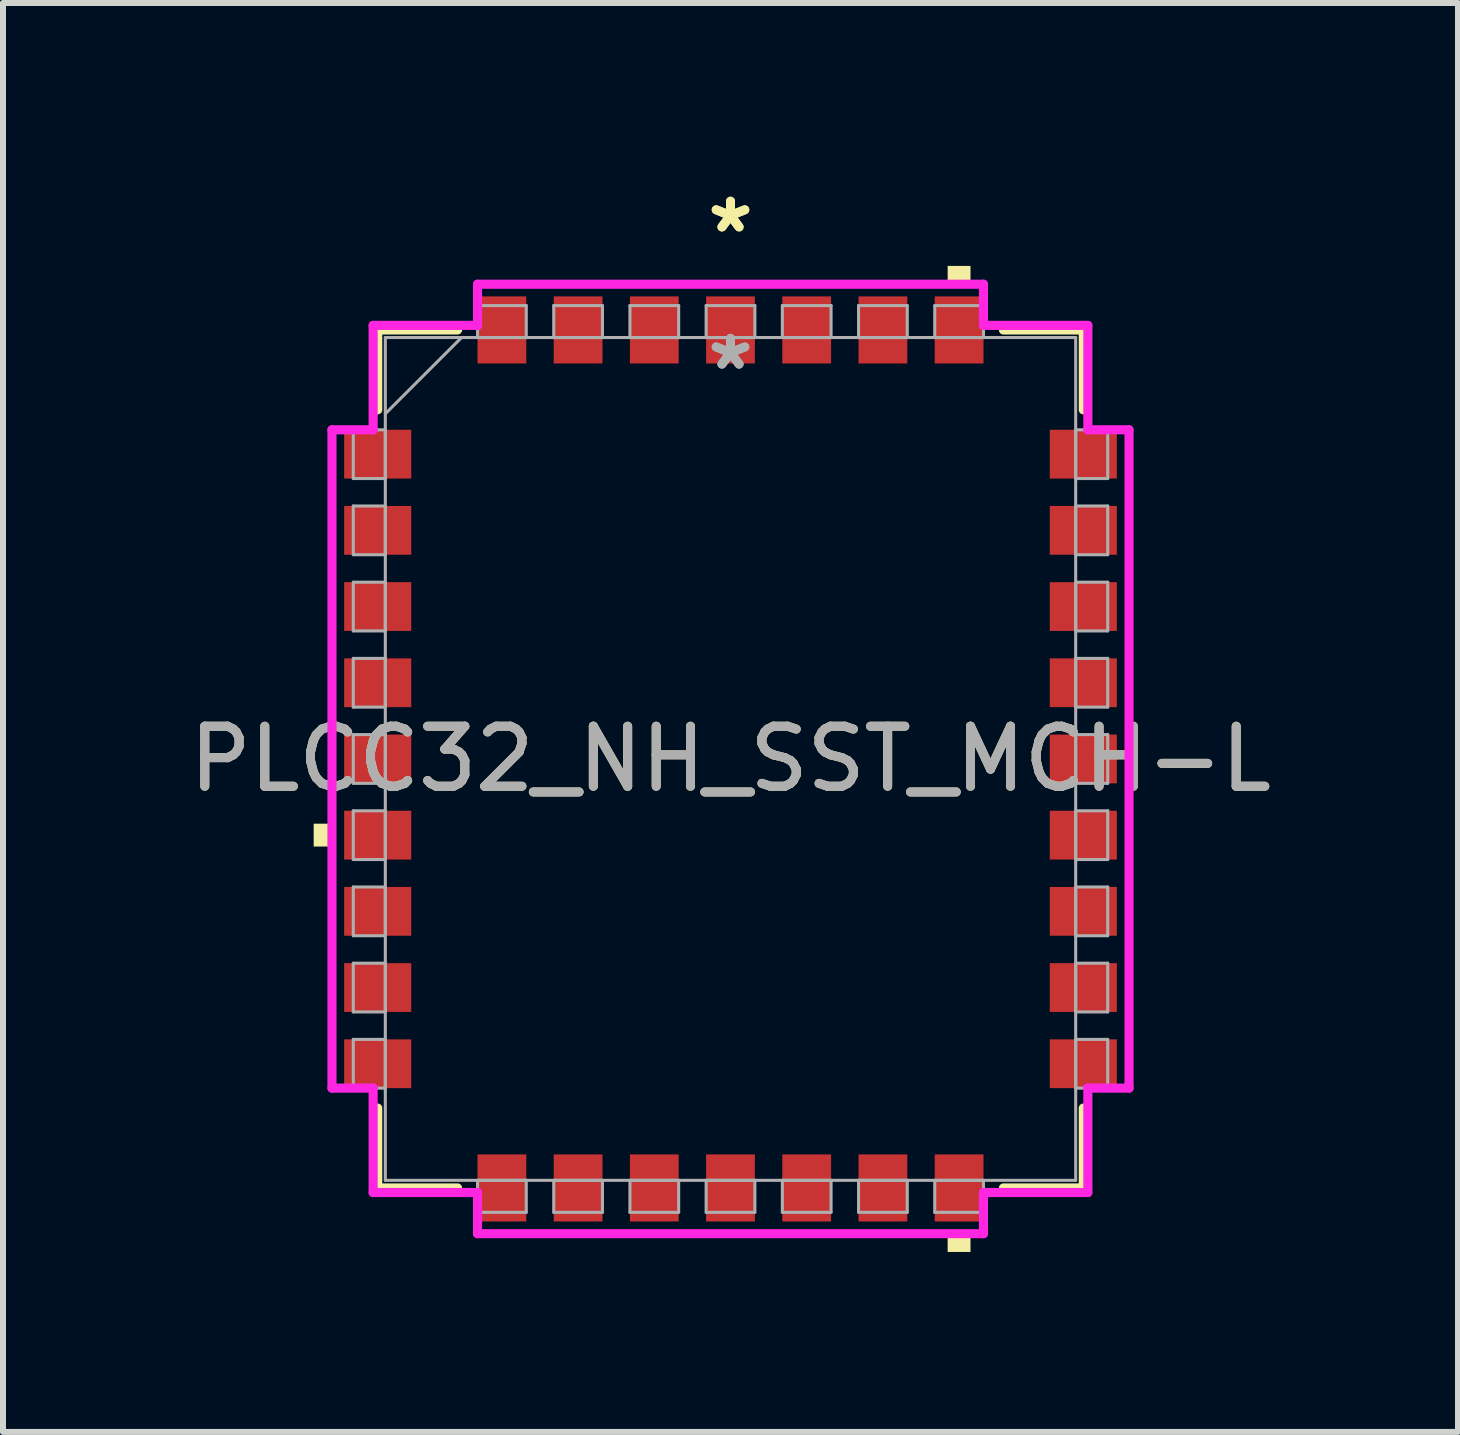
<source format=kicad_pcb>
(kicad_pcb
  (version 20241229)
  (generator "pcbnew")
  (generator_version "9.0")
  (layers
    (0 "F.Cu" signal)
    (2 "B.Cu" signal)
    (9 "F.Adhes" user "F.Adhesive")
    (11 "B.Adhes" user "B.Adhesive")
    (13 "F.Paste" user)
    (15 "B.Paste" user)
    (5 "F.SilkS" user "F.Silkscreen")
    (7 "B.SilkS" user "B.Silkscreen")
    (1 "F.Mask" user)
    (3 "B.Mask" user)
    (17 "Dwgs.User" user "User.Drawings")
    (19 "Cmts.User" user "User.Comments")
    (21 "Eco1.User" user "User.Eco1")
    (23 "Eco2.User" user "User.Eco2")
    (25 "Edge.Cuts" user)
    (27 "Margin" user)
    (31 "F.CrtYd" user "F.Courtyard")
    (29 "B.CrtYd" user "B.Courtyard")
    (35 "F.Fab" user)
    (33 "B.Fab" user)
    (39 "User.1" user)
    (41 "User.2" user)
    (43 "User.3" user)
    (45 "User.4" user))
  (footprint "PLCC32_NH_SST_MCH-L"
    (layer "F.Cu")
    (at 9.125 9.599)
    (property "Reference" "PLCC32_NH_SST_MCH-L" (at 0 0 0) (unlocked yes) (layer "F.SilkS") (effects (font (size 1 1) (thickness 0.15))))
    (attr smd)
    (fp_line (start -5.88 -7.15) (end -5.88 -5.819) (stroke (width 0.152) (type solid)) (layer "F.SilkS"))
    (fp_line (start -5.88 5.819) (end -5.88 7.15) (stroke (width 0.152) (type solid)) (layer "F.SilkS"))
    (fp_line (start -5.88 7.15) (end -4.549 7.15) (stroke (width 0.152) (type solid)) (layer "F.SilkS"))
    (fp_line (start -4.549 -7.15) (end -5.88 -7.15) (stroke (width 0.152) (type solid)) (layer "F.SilkS"))
    (fp_line (start 4.549 7.15) (end 5.88 7.15) (stroke (width 0.152) (type solid)) (layer "F.SilkS"))
    (fp_line (start 5.88 -7.15) (end 4.549 -7.15) (stroke (width 0.152) (type solid)) (layer "F.SilkS"))
    (fp_line (start 5.88 -5.819) (end 5.88 -7.15) (stroke (width 0.152) (type solid)) (layer "F.SilkS"))
    (fp_line (start 5.88 7.15) (end 5.88 5.819) (stroke (width 0.152) (type solid)) (layer "F.SilkS"))
    (fp_poly (pts (xy -6.947 1.079) (xy -6.947 1.46) (xy -6.693 1.46) (xy -6.693 1.079)) (stroke (width 0) (type solid)) (fill yes) (layer "F.SilkS"))
    (fp_poly (pts (xy 3.619 -7.963) (xy 3.619 -8.217) (xy 4 -8.217) (xy 4 -7.963)) (stroke (width 0) (type solid)) (fill yes) (layer "F.SilkS"))
    (fp_poly (pts (xy 3.619 7.963) (xy 3.619 8.217) (xy 4 8.217) (xy 4 7.963)) (stroke (width 0) (type solid)) (fill yes) (layer "F.SilkS"))
    (fp_line (start -6.642 -5.486) (end -5.956 -5.486) (stroke (width 0.152) (type solid)) (layer "F.CrtYd"))
    (fp_line (start -6.642 5.486) (end -6.642 -5.486) (stroke (width 0.152) (type solid)) (layer "F.CrtYd"))
    (fp_line (start -6.642 5.486) (end -5.956 5.486) (stroke (width 0.152) (type solid)) (layer "F.CrtYd"))
    (fp_line (start -5.956 -7.226) (end -4.216 -7.226) (stroke (width 0.152) (type solid)) (layer "F.CrtYd"))
    (fp_line (start -5.956 -5.486) (end -5.956 -7.226) (stroke (width 0.152) (type solid)) (layer "F.CrtYd"))
    (fp_line (start -5.956 7.226) (end -5.956 5.486) (stroke (width 0.152) (type solid)) (layer "F.CrtYd"))
    (fp_line (start -4.216 -7.912) (end 4.216 -7.912) (stroke (width 0.152) (type solid)) (layer "F.CrtYd"))
    (fp_line (start -4.216 -7.226) (end -4.216 -7.912) (stroke (width 0.152) (type solid)) (layer "F.CrtYd"))
    (fp_line (start -4.216 7.226) (end -5.956 7.226) (stroke (width 0.152) (type solid)) (layer "F.CrtYd"))
    (fp_line (start -4.216 7.912) (end -4.216 7.226) (stroke (width 0.152) (type solid)) (layer "F.CrtYd"))
    (fp_line (start 4.216 -7.912) (end 4.216 -7.226) (stroke (width 0.152) (type solid)) (layer "F.CrtYd"))
    (fp_line (start 4.216 -7.226) (end 5.956 -7.226) (stroke (width 0.152) (type solid)) (layer "F.CrtYd"))
    (fp_line (start 4.216 7.226) (end 4.216 7.912) (stroke (width 0.152) (type solid)) (layer "F.CrtYd"))
    (fp_line (start 4.216 7.912) (end -4.216 7.912) (stroke (width 0.152) (type solid)) (layer "F.CrtYd"))
    (fp_line (start 5.956 -7.226) (end 5.956 -5.486) (stroke (width 0.152) (type solid)) (layer "F.CrtYd"))
    (fp_line (start 5.956 -5.486) (end 6.642 -5.486) (stroke (width 0.152) (type solid)) (layer "F.CrtYd"))
    (fp_line (start 5.956 5.486) (end 5.956 7.226) (stroke (width 0.152) (type solid)) (layer "F.CrtYd"))
    (fp_line (start 5.956 7.226) (end 4.216 7.226) (stroke (width 0.152) (type solid)) (layer "F.CrtYd"))
    (fp_line (start 6.642 -5.486) (end 6.642 5.486) (stroke (width 0.152) (type solid)) (layer "F.CrtYd"))
    (fp_line (start 6.642 5.486) (end 5.956 5.486) (stroke (width 0.152) (type solid)) (layer "F.CrtYd"))
    (fp_line (start -6.287 -5.486) (end -6.287 -4.674) (stroke (width 0.051) (type solid)) (layer "F.Fab"))
    (fp_line (start -6.287 -4.674) (end -5.753 -4.674) (stroke (width 0.051) (type solid)) (layer "F.Fab"))
    (fp_line (start -6.287 -4.216) (end -6.287 -3.404) (stroke (width 0.051) (type solid)) (layer "F.Fab"))
    (fp_line (start -6.287 -3.404) (end -5.753 -3.404) (stroke (width 0.051) (type solid)) (layer "F.Fab"))
    (fp_line (start -6.287 -2.946) (end -6.287 -2.134) (stroke (width 0.051) (type solid)) (layer "F.Fab"))
    (fp_line (start -6.287 -2.134) (end -5.753 -2.134) (stroke (width 0.051) (type solid)) (layer "F.Fab"))
    (fp_line (start -6.287 -1.676) (end -6.287 -0.864) (stroke (width 0.051) (type solid)) (layer "F.Fab"))
    (fp_line (start -6.287 -0.864) (end -5.753 -0.864) (stroke (width 0.051) (type solid)) (layer "F.Fab"))
    (fp_line (start -6.287 -0.406) (end -6.287 0.406) (stroke (width 0.051) (type solid)) (layer "F.Fab"))
    (fp_line (start -6.287 0.406) (end -5.753 0.406) (stroke (width 0.051) (type solid)) (layer "F.Fab"))
    (fp_line (start -6.287 0.864) (end -6.287 1.676) (stroke (width 0.051) (type solid)) (layer "F.Fab"))
    (fp_line (start -6.287 1.676) (end -5.753 1.676) (stroke (width 0.051) (type solid)) (layer "F.Fab"))
    (fp_line (start -6.287 2.134) (end -6.287 2.946) (stroke (width 0.051) (type solid)) (layer "F.Fab"))
    (fp_line (start -6.287 2.946) (end -5.753 2.946) (stroke (width 0.051) (type solid)) (layer "F.Fab"))
    (fp_line (start -6.287 3.404) (end -6.287 4.216) (stroke (width 0.051) (type solid)) (layer "F.Fab"))
    (fp_line (start -6.287 4.216) (end -5.753 4.216) (stroke (width 0.051) (type solid)) (layer "F.Fab"))
    (fp_line (start -6.287 4.674) (end -6.287 5.486) (stroke (width 0.051) (type solid)) (layer "F.Fab"))
    (fp_line (start -6.287 5.486) (end -5.753 5.486) (stroke (width 0.051) (type solid)) (layer "F.Fab"))
    (fp_line (start -5.753 -7.023) (end -5.753 7.023) (stroke (width 0.051) (type solid)) (layer "F.Fab"))
    (fp_line (start -5.753 -5.753) (end -4.483 -7.023) (stroke (width 0.051) (type solid)) (layer "F.Fab"))
    (fp_line (start -5.753 -5.486) (end -6.287 -5.486) (stroke (width 0.051) (type solid)) (layer "F.Fab"))
    (fp_line (start -5.753 -4.674) (end -5.753 -5.486) (stroke (width 0.051) (type solid)) (layer "F.Fab"))
    (fp_line (start -5.753 -4.216) (end -6.287 -4.216) (stroke (width 0.051) (type solid)) (layer "F.Fab"))
    (fp_line (start -5.753 -3.404) (end -5.753 -4.216) (stroke (width 0.051) (type solid)) (layer "F.Fab"))
    (fp_line (start -5.753 -2.946) (end -6.287 -2.946) (stroke (width 0.051) (type solid)) (layer "F.Fab"))
    (fp_line (start -5.753 -2.134) (end -5.753 -2.946) (stroke (width 0.051) (type solid)) (layer "F.Fab"))
    (fp_line (start -5.753 -1.676) (end -6.287 -1.676) (stroke (width 0.051) (type solid)) (layer "F.Fab"))
    (fp_line (start -5.753 -0.864) (end -5.753 -1.676) (stroke (width 0.051) (type solid)) (layer "F.Fab"))
    (fp_line (start -5.753 -0.406) (end -6.287 -0.406) (stroke (width 0.051) (type solid)) (layer "F.Fab"))
    (fp_line (start -5.753 0.406) (end -5.753 -0.406) (stroke (width 0.051) (type solid)) (layer "F.Fab"))
    (fp_line (start -5.753 0.864) (end -6.287 0.864) (stroke (width 0.051) (type solid)) (layer "F.Fab"))
    (fp_line (start -5.753 1.676) (end -5.753 0.864) (stroke (width 0.051) (type solid)) (layer "F.Fab"))
    (fp_line (start -5.753 2.134) (end -6.287 2.134) (stroke (width 0.051) (type solid)) (layer "F.Fab"))
    (fp_line (start -5.753 2.946) (end -5.753 2.134) (stroke (width 0.051) (type solid)) (layer "F.Fab"))
    (fp_line (start -5.753 3.404) (end -6.287 3.404) (stroke (width 0.051) (type solid)) (layer "F.Fab"))
    (fp_line (start -5.753 4.216) (end -5.753 3.404) (stroke (width 0.051) (type solid)) (layer "F.Fab"))
    (fp_line (start -5.753 4.674) (end -6.287 4.674) (stroke (width 0.051) (type solid)) (layer "F.Fab"))
    (fp_line (start -5.753 5.486) (end -5.753 4.674) (stroke (width 0.051) (type solid)) (layer "F.Fab"))
    (fp_line (start -5.753 7.023) (end 5.753 7.023) (stroke (width 0.051) (type solid)) (layer "F.Fab"))
    (fp_line (start -4.216 -7.556) (end -4.216 -7.023) (stroke (width 0.051) (type solid)) (layer "F.Fab"))
    (fp_line (start -4.216 -7.023) (end -3.404 -7.023) (stroke (width 0.051) (type solid)) (layer "F.Fab"))
    (fp_line (start -4.216 7.023) (end -4.216 7.556) (stroke (width 0.051) (type solid)) (layer "F.Fab"))
    (fp_line (start -4.216 7.556) (end -3.404 7.556) (stroke (width 0.051) (type solid)) (layer "F.Fab"))
    (fp_line (start -3.404 -7.556) (end -4.216 -7.556) (stroke (width 0.051) (type solid)) (layer "F.Fab"))
    (fp_line (start -3.404 -7.023) (end -3.404 -7.556) (stroke (width 0.051) (type solid)) (layer "F.Fab"))
    (fp_line (start -3.404 7.023) (end -4.216 7.023) (stroke (width 0.051) (type solid)) (layer "F.Fab"))
    (fp_line (start -3.404 7.556) (end -3.404 7.023) (stroke (width 0.051) (type solid)) (layer "F.Fab"))
    (fp_line (start -2.946 -7.556) (end -2.946 -7.023) (stroke (width 0.051) (type solid)) (layer "F.Fab"))
    (fp_line (start -2.946 -7.023) (end -2.134 -7.023) (stroke (width 0.051) (type solid)) (layer "F.Fab"))
    (fp_line (start -2.946 7.023) (end -2.946 7.556) (stroke (width 0.051) (type solid)) (layer "F.Fab"))
    (fp_line (start -2.946 7.556) (end -2.134 7.556) (stroke (width 0.051) (type solid)) (layer "F.Fab"))
    (fp_line (start -2.134 -7.556) (end -2.946 -7.556) (stroke (width 0.051) (type solid)) (layer "F.Fab"))
    (fp_line (start -2.134 -7.023) (end -2.134 -7.556) (stroke (width 0.051) (type solid)) (layer "F.Fab"))
    (fp_line (start -2.134 7.023) (end -2.946 7.023) (stroke (width 0.051) (type solid)) (layer "F.Fab"))
    (fp_line (start -2.134 7.556) (end -2.134 7.023) (stroke (width 0.051) (type solid)) (layer "F.Fab"))
    (fp_line (start -1.676 -7.556) (end -1.676 -7.023) (stroke (width 0.051) (type solid)) (layer "F.Fab"))
    (fp_line (start -1.676 -7.023) (end -0.864 -7.023) (stroke (width 0.051) (type solid)) (layer "F.Fab"))
    (fp_line (start -1.676 7.023) (end -1.676 7.556) (stroke (width 0.051) (type solid)) (layer "F.Fab"))
    (fp_line (start -1.676 7.556) (end -0.864 7.556) (stroke (width 0.051) (type solid)) (layer "F.Fab"))
    (fp_line (start -0.864 -7.556) (end -1.676 -7.556) (stroke (width 0.051) (type solid)) (layer "F.Fab"))
    (fp_line (start -0.864 -7.023) (end -0.864 -7.556) (stroke (width 0.051) (type solid)) (layer "F.Fab"))
    (fp_line (start -0.864 7.023) (end -1.676 7.023) (stroke (width 0.051) (type solid)) (layer "F.Fab"))
    (fp_line (start -0.864 7.556) (end -0.864 7.023) (stroke (width 0.051) (type solid)) (layer "F.Fab"))
    (fp_line (start -0.406 -7.556) (end -0.406 -7.023) (stroke (width 0.051) (type solid)) (layer "F.Fab"))
    (fp_line (start -0.406 -7.023) (end 0.406 -7.023) (stroke (width 0.051) (type solid)) (layer "F.Fab"))
    (fp_line (start -0.406 7.023) (end -0.406 7.556) (stroke (width 0.051) (type solid)) (layer "F.Fab"))
    (fp_line (start -0.406 7.556) (end 0.406 7.556) (stroke (width 0.051) (type solid)) (layer "F.Fab"))
    (fp_line (start 0.406 -7.556) (end -0.406 -7.556) (stroke (width 0.051) (type solid)) (layer "F.Fab"))
    (fp_line (start 0.406 -7.023) (end 0.406 -7.556) (stroke (width 0.051) (type solid)) (layer "F.Fab"))
    (fp_line (start 0.406 7.023) (end -0.406 7.023) (stroke (width 0.051) (type solid)) (layer "F.Fab"))
    (fp_line (start 0.406 7.556) (end 0.406 7.023) (stroke (width 0.051) (type solid)) (layer "F.Fab"))
    (fp_line (start 0.864 -7.556) (end 0.864 -7.023) (stroke (width 0.051) (type solid)) (layer "F.Fab"))
    (fp_line (start 0.864 -7.023) (end 1.676 -7.023) (stroke (width 0.051) (type solid)) (layer "F.Fab"))
    (fp_line (start 0.864 7.023) (end 0.864 7.556) (stroke (width 0.051) (type solid)) (layer "F.Fab"))
    (fp_line (start 0.864 7.556) (end 1.676 7.556) (stroke (width 0.051) (type solid)) (layer "F.Fab"))
    (fp_line (start 1.676 -7.556) (end 0.864 -7.556) (stroke (width 0.051) (type solid)) (layer "F.Fab"))
    (fp_line (start 1.676 -7.023) (end 1.676 -7.556) (stroke (width 0.051) (type solid)) (layer "F.Fab"))
    (fp_line (start 1.676 7.023) (end 0.864 7.023) (stroke (width 0.051) (type solid)) (layer "F.Fab"))
    (fp_line (start 1.676 7.556) (end 1.676 7.023) (stroke (width 0.051) (type solid)) (layer "F.Fab"))
    (fp_line (start 2.134 -7.556) (end 2.134 -7.023) (stroke (width 0.051) (type solid)) (layer "F.Fab"))
    (fp_line (start 2.134 -7.023) (end 2.946 -7.023) (stroke (width 0.051) (type solid)) (layer "F.Fab"))
    (fp_line (start 2.134 7.023) (end 2.134 7.556) (stroke (width 0.051) (type solid)) (layer "F.Fab"))
    (fp_line (start 2.134 7.556) (end 2.946 7.556) (stroke (width 0.051) (type solid)) (layer "F.Fab"))
    (fp_line (start 2.946 -7.556) (end 2.134 -7.556) (stroke (width 0.051) (type solid)) (layer "F.Fab"))
    (fp_line (start 2.946 -7.023) (end 2.946 -7.556) (stroke (width 0.051) (type solid)) (layer "F.Fab"))
    (fp_line (start 2.946 7.023) (end 2.134 7.023) (stroke (width 0.051) (type solid)) (layer "F.Fab"))
    (fp_line (start 2.946 7.556) (end 2.946 7.023) (stroke (width 0.051) (type solid)) (layer "F.Fab"))
    (fp_line (start 3.404 -7.556) (end 3.404 -7.023) (stroke (width 0.051) (type solid)) (layer "F.Fab"))
    (fp_line (start 3.404 -7.023) (end 4.216 -7.023) (stroke (width 0.051) (type solid)) (layer "F.Fab"))
    (fp_line (start 3.404 7.023) (end 3.404 7.556) (stroke (width 0.051) (type solid)) (layer "F.Fab"))
    (fp_line (start 3.404 7.556) (end 4.216 7.556) (stroke (width 0.051) (type solid)) (layer "F.Fab"))
    (fp_line (start 4.216 -7.556) (end 3.404 -7.556) (stroke (width 0.051) (type solid)) (layer "F.Fab"))
    (fp_line (start 4.216 -7.023) (end 4.216 -7.556) (stroke (width 0.051) (type solid)) (layer "F.Fab"))
    (fp_line (start 4.216 7.023) (end 3.404 7.023) (stroke (width 0.051) (type solid)) (layer "F.Fab"))
    (fp_line (start 4.216 7.556) (end 4.216 7.023) (stroke (width 0.051) (type solid)) (layer "F.Fab"))
    (fp_line (start 5.753 -7.023) (end -5.753 -7.023) (stroke (width 0.051) (type solid)) (layer "F.Fab"))
    (fp_line (start 5.753 -5.486) (end 5.753 -4.674) (stroke (width 0.051) (type solid)) (layer "F.Fab"))
    (fp_line (start 5.753 -4.674) (end 6.287 -4.674) (stroke (width 0.051) (type solid)) (layer "F.Fab"))
    (fp_line (start 5.753 -4.216) (end 5.753 -3.404) (stroke (width 0.051) (type solid)) (layer "F.Fab"))
    (fp_line (start 5.753 -3.404) (end 6.287 -3.404) (stroke (width 0.051) (type solid)) (layer "F.Fab"))
    (fp_line (start 5.753 -2.946) (end 5.753 -2.134) (stroke (width 0.051) (type solid)) (layer "F.Fab"))
    (fp_line (start 5.753 -2.134) (end 6.287 -2.134) (stroke (width 0.051) (type solid)) (layer "F.Fab"))
    (fp_line (start 5.753 -1.676) (end 5.753 -0.864) (stroke (width 0.051) (type solid)) (layer "F.Fab"))
    (fp_line (start 5.753 -0.864) (end 6.287 -0.864) (stroke (width 0.051) (type solid)) (layer "F.Fab"))
    (fp_line (start 5.753 -0.406) (end 5.753 0.406) (stroke (width 0.051) (type solid)) (layer "F.Fab"))
    (fp_line (start 5.753 0.406) (end 6.287 0.406) (stroke (width 0.051) (type solid)) (layer "F.Fab"))
    (fp_line (start 5.753 0.864) (end 5.753 1.676) (stroke (width 0.051) (type solid)) (layer "F.Fab"))
    (fp_line (start 5.753 1.676) (end 6.287 1.676) (stroke (width 0.051) (type solid)) (layer "F.Fab"))
    (fp_line (start 5.753 2.134) (end 5.753 2.946) (stroke (width 0.051) (type solid)) (layer "F.Fab"))
    (fp_line (start 5.753 2.946) (end 6.287 2.946) (stroke (width 0.051) (type solid)) (layer "F.Fab"))
    (fp_line (start 5.753 3.404) (end 5.753 4.216) (stroke (width 0.051) (type solid)) (layer "F.Fab"))
    (fp_line (start 5.753 4.216) (end 6.287 4.216) (stroke (width 0.051) (type solid)) (layer "F.Fab"))
    (fp_line (start 5.753 4.674) (end 5.753 5.486) (stroke (width 0.051) (type solid)) (layer "F.Fab"))
    (fp_line (start 5.753 5.486) (end 6.287 5.486) (stroke (width 0.051) (type solid)) (layer "F.Fab"))
    (fp_line (start 5.753 7.023) (end 5.753 -7.023) (stroke (width 0.051) (type solid)) (layer "F.Fab"))
    (fp_line (start 6.287 -5.486) (end 5.753 -5.486) (stroke (width 0.051) (type solid)) (layer "F.Fab"))
    (fp_line (start 6.287 -4.674) (end 6.287 -5.486) (stroke (width 0.051) (type solid)) (layer "F.Fab"))
    (fp_line (start 6.287 -4.216) (end 5.753 -4.216) (stroke (width 0.051) (type solid)) (layer "F.Fab"))
    (fp_line (start 6.287 -3.404) (end 6.287 -4.216) (stroke (width 0.051) (type solid)) (layer "F.Fab"))
    (fp_line (start 6.287 -2.946) (end 5.753 -2.946) (stroke (width 0.051) (type solid)) (layer "F.Fab"))
    (fp_line (start 6.287 -2.134) (end 6.287 -2.946) (stroke (width 0.051) (type solid)) (layer "F.Fab"))
    (fp_line (start 6.287 -1.676) (end 5.753 -1.676) (stroke (width 0.051) (type solid)) (layer "F.Fab"))
    (fp_line (start 6.287 -0.864) (end 6.287 -1.676) (stroke (width 0.051) (type solid)) (layer "F.Fab"))
    (fp_line (start 6.287 -0.406) (end 5.753 -0.406) (stroke (width 0.051) (type solid)) (layer "F.Fab"))
    (fp_line (start 6.287 0.406) (end 6.287 -0.406) (stroke (width 0.051) (type solid)) (layer "F.Fab"))
    (fp_line (start 6.287 0.864) (end 5.753 0.864) (stroke (width 0.051) (type solid)) (layer "F.Fab"))
    (fp_line (start 6.287 1.676) (end 6.287 0.864) (stroke (width 0.051) (type solid)) (layer "F.Fab"))
    (fp_line (start 6.287 2.134) (end 5.753 2.134) (stroke (width 0.051) (type solid)) (layer "F.Fab"))
    (fp_line (start 6.287 2.946) (end 6.287 2.134) (stroke (width 0.051) (type solid)) (layer "F.Fab"))
    (fp_line (start 6.287 3.404) (end 5.753 3.404) (stroke (width 0.051) (type solid)) (layer "F.Fab"))
    (fp_line (start 6.287 4.216) (end 6.287 3.404) (stroke (width 0.051) (type solid)) (layer "F.Fab"))
    (fp_line (start 6.287 4.674) (end 5.753 4.674) (stroke (width 0.051) (type solid)) (layer "F.Fab"))
    (fp_line (start 6.287 5.486) (end 6.287 4.674) (stroke (width 0.051) (type solid)) (layer "F.Fab"))
    (fp_text user "*" (at 0 -8.75 0) (layer "F.SilkS") (effects (font (size 1 1) (thickness 0.15))))
    (fp_text user "*" (at 0 -8.75 0) (unlocked yes) (layer "F.SilkS") (effects (font (size 1 1) (thickness 0.15))))
    (fp_text user "*" (at 0 -6.464 0) (unlocked yes) (layer "F.Fab") (effects (font (size 1 1) (thickness 0.15))))
    (fp_text user "${REFERENCE}" (at 0 0 0) (unlocked yes) (layer "F.Fab") (effects (font (size 1 1) (thickness 0.15))))
    (fp_text user "*" (at 0 -6.464 0) (layer "F.Fab") (effects (font (size 1 1) (thickness 0.15))))
    (pad "1" smd rect (at 0 -7.15) (size 0.813 1.118) (layers "F.Cu" "F.Mask" "F.Paste"))
    (pad "2" smd rect (at -1.27 -7.15) (size 0.813 1.118) (layers "F.Cu" "F.Mask" "F.Paste"))
    (pad "3" smd rect (at -2.54 -7.15) (size 0.813 1.118) (layers "F.Cu" "F.Mask" "F.Paste"))
    (pad "4" smd rect (at -3.81 -7.15) (size 0.813 1.118) (layers "F.Cu" "F.Mask" "F.Paste"))
    (pad "5" smd rect (at -5.88 -5.08 90) (size 0.813 1.118) (layers "F.Cu" "F.Mask" "F.Paste"))
    (pad "6" smd rect (at -5.88 -3.81 90) (size 0.813 1.118) (layers "F.Cu" "F.Mask" "F.Paste"))
    (pad "7" smd rect (at -5.88 -2.54 90) (size 0.813 1.118) (layers "F.Cu" "F.Mask" "F.Paste"))
    (pad "8" smd rect (at -5.88 -1.27 90) (size 0.813 1.118) (layers "F.Cu" "F.Mask" "F.Paste"))
    (pad "9" smd rect (at -5.88 0 90) (size 0.813 1.118) (layers "F.Cu" "F.Mask" "F.Paste"))
    (pad "10" smd rect (at -5.88 1.27 90) (size 0.813 1.118) (layers "F.Cu" "F.Mask" "F.Paste"))
    (pad "11" smd rect (at -5.88 2.54 90) (size 0.813 1.118) (layers "F.Cu" "F.Mask" "F.Paste"))
    (pad "12" smd rect (at -5.88 3.81 90) (size 0.813 1.118) (layers "F.Cu" "F.Mask" "F.Paste"))
    (pad "13" smd rect (at -5.88 5.08 90) (size 0.813 1.118) (layers "F.Cu" "F.Mask" "F.Paste"))
    (pad "14" smd rect (at -3.81 7.15) (size 0.813 1.118) (layers "F.Cu" "F.Mask" "F.Paste"))
    (pad "15" smd rect (at -2.54 7.15) (size 0.813 1.118) (layers "F.Cu" "F.Mask" "F.Paste"))
    (pad "16" smd rect (at -1.27 7.15) (size 0.813 1.118) (layers "F.Cu" "F.Mask" "F.Paste"))
    (pad "17" smd rect (at 0 7.15) (size 0.813 1.118) (layers "F.Cu" "F.Mask" "F.Paste"))
    (pad "18" smd rect (at 1.27 7.15) (size 0.813 1.118) (layers "F.Cu" "F.Mask" "F.Paste"))
    (pad "19" smd rect (at 2.54 7.15) (size 0.813 1.118) (layers "F.Cu" "F.Mask" "F.Paste"))
    (pad "20" smd rect (at 3.81 7.15) (size 0.813 1.118) (layers "F.Cu" "F.Mask" "F.Paste"))
    (pad "21" smd rect (at 5.88 5.08 90) (size 0.813 1.118) (layers "F.Cu" "F.Mask" "F.Paste"))
    (pad "22" smd rect (at 5.88 3.81 90) (size 0.813 1.118) (layers "F.Cu" "F.Mask" "F.Paste"))
    (pad "23" smd rect (at 5.88 2.54 90) (size 0.813 1.118) (layers "F.Cu" "F.Mask" "F.Paste"))
    (pad "24" smd rect (at 5.88 1.27 90) (size 0.813 1.118) (layers "F.Cu" "F.Mask" "F.Paste"))
    (pad "25" smd rect (at 5.88 0 90) (size 0.813 1.118) (layers "F.Cu" "F.Mask" "F.Paste"))
    (pad "26" smd rect (at 5.88 -1.27 90) (size 0.813 1.118) (layers "F.Cu" "F.Mask" "F.Paste"))
    (pad "27" smd rect (at 5.88 -2.54 90) (size 0.813 1.118) (layers "F.Cu" "F.Mask" "F.Paste"))
    (pad "28" smd rect (at 5.88 -3.81 90) (size 0.813 1.118) (layers "F.Cu" "F.Mask" "F.Paste"))
    (pad "29" smd rect (at 5.88 -5.08 90) (size 0.813 1.118) (layers "F.Cu" "F.Mask" "F.Paste"))
    (pad "30" smd rect (at 3.81 -7.15) (size 0.813 1.118) (layers "F.Cu" "F.Mask" "F.Paste"))
    (pad "31" smd rect (at 2.54 -7.15) (size 0.813 1.118) (layers "F.Cu" "F.Mask" "F.Paste"))
    (pad "32" smd rect (at 1.27 -7.15) (size 0.813 1.118) (layers "F.Cu" "F.Mask" "F.Paste")))
  (gr_rect
    (start -3 -3)
    (end 21.25 20.815)
    (stroke (width 0.1) (type default))
    (fill no)
    (layer "Edge.Cuts")))
</source>
